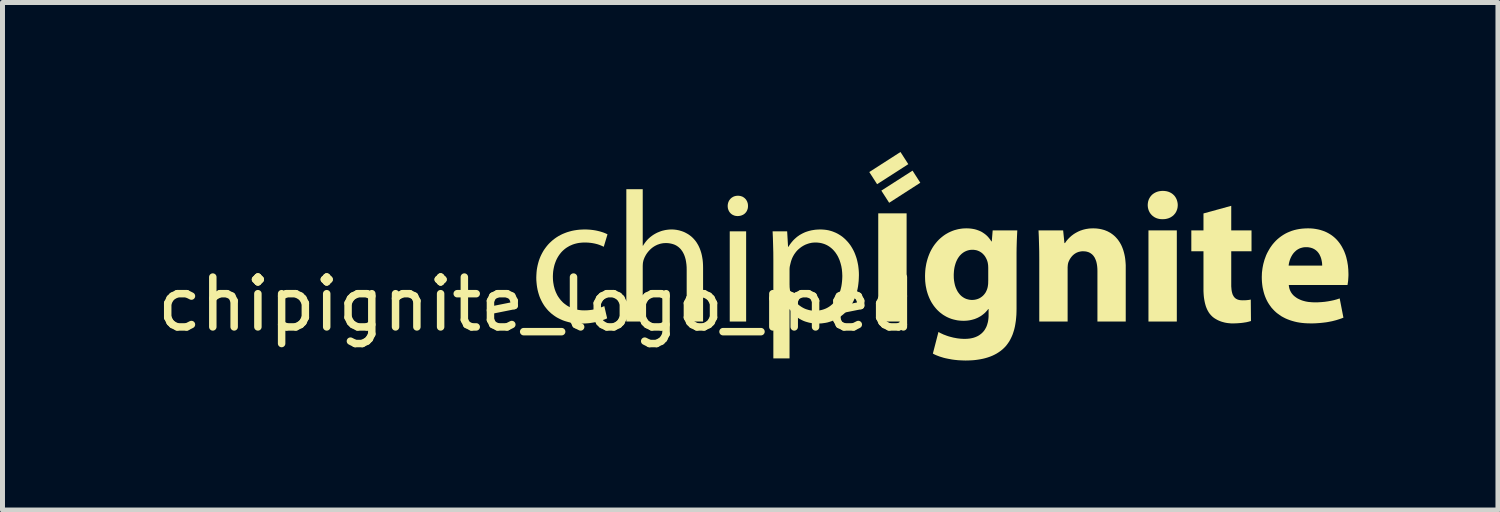
<source format=kicad_pcb>
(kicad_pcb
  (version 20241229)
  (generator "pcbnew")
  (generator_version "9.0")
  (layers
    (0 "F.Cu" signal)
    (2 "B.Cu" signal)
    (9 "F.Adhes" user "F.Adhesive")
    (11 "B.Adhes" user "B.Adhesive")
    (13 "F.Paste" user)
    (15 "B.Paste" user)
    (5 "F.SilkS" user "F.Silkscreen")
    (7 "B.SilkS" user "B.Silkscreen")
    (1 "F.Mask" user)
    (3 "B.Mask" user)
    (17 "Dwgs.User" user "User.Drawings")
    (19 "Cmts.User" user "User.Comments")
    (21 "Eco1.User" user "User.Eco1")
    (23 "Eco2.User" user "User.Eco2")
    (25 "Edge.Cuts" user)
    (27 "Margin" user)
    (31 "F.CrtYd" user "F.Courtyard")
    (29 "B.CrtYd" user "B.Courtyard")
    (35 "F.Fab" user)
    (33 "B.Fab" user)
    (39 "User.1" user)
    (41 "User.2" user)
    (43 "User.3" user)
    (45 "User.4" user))
  (footprint "chipignite_logo_med"
    (layer "F.Cu")
    (at 7.72 3.555)
    (property "Reference" "chipignite_logo_med" (at 0 -0.5 0) (unlocked yes) (layer "F.SilkS") (effects (font (size 1 1) (thickness 0.15))))
    (attr board_only exclude_from_pos_files exclude_from_bom allow_missing_courtyard)
    (fp_poly (pts (xy 4.202 -0.153) (xy 3.873 -0.153) (xy 3.873 -1.963) (xy 4.202 -1.963)) (stroke (width -0.000001) (type solid)) (fill yes) (layer "F.SilkS"))
    (fp_poly (pts (xy 7.422 -0.153) (xy 6.853 -0.153) (xy 6.853 -2.324) (xy 7.422 -2.324)) (stroke (width -0.000001) (type solid)) (fill yes) (layer "F.SilkS"))
    (fp_poly (pts (xy 7.456 -3.311) (xy 6.83 -2.909) (xy 6.673 -3.153) (xy 7.299 -3.555)) (stroke (width -0.000001) (type solid)) (fill yes) (layer "F.SilkS"))
    (fp_poly (pts (xy 7.697 -2.938) (xy 7.072 -2.536) (xy 6.915 -2.78) (xy 7.541 -3.181)) (stroke (width -0.000001) (type solid)) (fill yes) (layer "F.SilkS"))
    (fp_poly (pts (xy 12.844 -0.153) (xy 12.275 -0.153) (xy 12.275 -1.982) (xy 12.844 -1.982)) (stroke (width -0.000001) (type solid)) (fill yes) (layer "F.SilkS"))
    (fp_poly (pts (xy 13.936 -1.982) (xy 14.343 -1.982) (xy 14.343 -1.563) (xy 13.936 -1.563) (xy 13.936 -0.901) (xy 13.936 -0.861) (xy 13.939 -0.824) (xy 13.942 -0.789) (xy 13.947 -0.758) (xy 13.954 -0.729) (xy 13.962 -0.702) (xy 13.967 -0.69) (xy 13.973 -0.679) (xy 13.979 -0.668) (xy 13.985 -0.657) (xy 13.992 -0.648) (xy 13.999 -0.639) (xy 14.007 -0.631) (xy 14.015 -0.623) (xy 14.024 -0.616) (xy 14.034 -0.609) (xy 14.044 -0.604) (xy 14.054 -0.599) (xy 14.065 -0.594) (xy 14.077 -0.59) (xy 14.089 -0.587) (xy 14.102 -0.584) (xy 14.116 -0.582) (xy 14.13 -0.581) (xy 14.16 -0.579) (xy 14.188 -0.58) (xy 14.212 -0.58) (xy 14.234 -0.581) (xy 14.254 -0.583) (xy 14.273 -0.585) (xy 14.291 -0.587) (xy 14.309 -0.59) (xy 14.328 -0.594) (xy 14.332 -0.164) (xy 14.318 -0.159) (xy 14.302 -0.155) (xy 14.285 -0.15) (xy 14.267 -0.146) (xy 14.247 -0.141) (xy 14.226 -0.137) (xy 14.204 -0.134) (xy 14.181 -0.13) (xy 14.157 -0.127) (xy 14.132 -0.124) (xy 14.106 -0.122) (xy 14.079 -0.12) (xy 14.052 -0.118) (xy 14.024 -0.117) (xy 13.995 -0.116) (xy 13.966 -0.116) (xy 13.932 -0.116) (xy 13.898 -0.119) (xy 13.866 -0.122) (xy 13.834 -0.127) (xy 13.804 -0.133) (xy 13.774 -0.141) (xy 13.745 -0.149) (xy 13.717 -0.159) (xy 13.69 -0.17) (xy 13.664 -0.182) (xy 13.64 -0.195) (xy 13.616 -0.209) (xy 13.594 -0.223) (xy 13.573 -0.239) (xy 13.554 -0.255) (xy 13.536 -0.273) (xy 13.517 -0.294) (xy 13.499 -0.316) (xy 13.482 -0.341) (xy 13.467 -0.367) (xy 13.453 -0.394) (xy 13.44 -0.424) (xy 13.428 -0.455) (xy 13.418 -0.488) (xy 13.409 -0.522) (xy 13.401 -0.559) (xy 13.394 -0.597) (xy 13.388 -0.637) (xy 13.384 -0.678) (xy 13.381 -0.722) (xy 13.379 -0.768) (xy 13.379 -0.815) (xy 13.379 -1.563) (xy 13.135 -1.563) (xy 13.135 -1.982) (xy 13.379 -1.982) (xy 13.379 -2.322) (xy 13.936 -2.475)) (stroke (width -0.000001) (type solid)) (fill yes) (layer "F.SilkS"))
    (fp_poly (pts (xy 4.049 -2.677) (xy 4.06 -2.676) (xy 4.07 -2.675) (xy 4.081 -2.673) (xy 4.091 -2.671) (xy 4.101 -2.668) (xy 4.11 -2.665) (xy 4.12 -2.662) (xy 4.129 -2.658) (xy 4.137 -2.653) (xy 4.146 -2.648) (xy 4.154 -2.643) (xy 4.162 -2.637) (xy 4.169 -2.631) (xy 4.177 -2.625) (xy 4.183 -2.618) (xy 4.19 -2.611) (xy 4.196 -2.604) (xy 4.202 -2.596) (xy 4.207 -2.588) (xy 4.212 -2.579) (xy 4.217 -2.571) (xy 4.221 -2.562) (xy 4.225 -2.553) (xy 4.228 -2.543) (xy 4.231 -2.534) (xy 4.234 -2.524) (xy 4.236 -2.514) (xy 4.237 -2.504) (xy 4.239 -2.493) (xy 4.239 -2.483) (xy 4.239 -2.472) (xy 4.239 -2.461) (xy 4.239 -2.451) (xy 4.237 -2.441) (xy 4.236 -2.431) (xy 4.234 -2.421) (xy 4.231 -2.411) (xy 4.228 -2.402) (xy 4.225 -2.393) (xy 4.221 -2.384) (xy 4.217 -2.375) (xy 4.213 -2.367) (xy 4.208 -2.359) (xy 4.202 -2.351) (xy 4.197 -2.343) (xy 4.19 -2.336) (xy 4.184 -2.329) (xy 4.177 -2.322) (xy 4.17 -2.316) (xy 4.162 -2.31) (xy 4.154 -2.304) (xy 4.145 -2.299) (xy 4.137 -2.294) (xy 4.127 -2.29) (xy 4.118 -2.286) (xy 4.108 -2.282) (xy 4.098 -2.279) (xy 4.087 -2.276) (xy 4.077 -2.274) (xy 4.065 -2.272) (xy 4.054 -2.271) (xy 4.042 -2.27) (xy 4.03 -2.27) (xy 4.019 -2.27) (xy 4.008 -2.271) (xy 3.997 -2.272) (xy 3.987 -2.274) (xy 3.977 -2.276) (xy 3.967 -2.279) (xy 3.958 -2.282) (xy 3.949 -2.286) (xy 3.94 -2.29) (xy 3.931 -2.294) (xy 3.923 -2.299) (xy 3.915 -2.304) (xy 3.907 -2.31) (xy 3.9 -2.316) (xy 3.893 -2.322) (xy 3.886 -2.329) (xy 3.88 -2.336) (xy 3.874 -2.343) (xy 3.868 -2.351) (xy 3.863 -2.359) (xy 3.858 -2.367) (xy 3.854 -2.375) (xy 3.85 -2.384) (xy 3.846 -2.393) (xy 3.843 -2.402) (xy 3.84 -2.411) (xy 3.837 -2.421) (xy 3.835 -2.431) (xy 3.834 -2.441) (xy 3.833 -2.451) (xy 3.832 -2.461) (xy 3.832 -2.472) (xy 3.832 -2.482) (xy 3.833 -2.493) (xy 3.834 -2.503) (xy 3.836 -2.513) (xy 3.838 -2.523) (xy 3.84 -2.532) (xy 3.843 -2.542) (xy 3.847 -2.551) (xy 3.85 -2.56) (xy 3.855 -2.569) (xy 3.859 -2.578) (xy 3.864 -2.586) (xy 3.87 -2.594) (xy 3.876 -2.602) (xy 3.882 -2.609) (xy 3.888 -2.617) (xy 3.895 -2.623) (xy 3.903 -2.63) (xy 3.91 -2.636) (xy 3.918 -2.642) (xy 3.927 -2.647) (xy 3.935 -2.652) (xy 3.944 -2.657) (xy 3.953 -2.661) (xy 3.963 -2.665) (xy 3.973 -2.668) (xy 3.983 -2.671) (xy 3.993 -2.673) (xy 4.004 -2.675) (xy 4.015 -2.676) (xy 4.026 -2.677) (xy 4.038 -2.677)) (stroke (width -0.000001) (type solid)) (fill yes) (layer "F.SilkS"))
    (fp_poly (pts (xy 12.58 -2.774) (xy 12.597 -2.773) (xy 12.613 -2.771) (xy 12.629 -2.769) (xy 12.644 -2.766) (xy 12.659 -2.762) (xy 12.673 -2.758) (xy 12.687 -2.753) (xy 12.7 -2.747) (xy 12.713 -2.741) (xy 12.726 -2.734) (xy 12.738 -2.727) (xy 12.749 -2.719) (xy 12.76 -2.711) (xy 12.77 -2.702) (xy 12.78 -2.693) (xy 12.79 -2.683) (xy 12.799 -2.673) (xy 12.807 -2.662) (xy 12.815 -2.651) (xy 12.822 -2.639) (xy 12.828 -2.628) (xy 12.835 -2.615) (xy 12.84 -2.603) (xy 12.845 -2.59) (xy 12.849 -2.576) (xy 12.853 -2.563) (xy 12.856 -2.549) (xy 12.859 -2.535) (xy 12.861 -2.52) (xy 12.862 -2.505) (xy 12.863 -2.49) (xy 12.862 -2.476) (xy 12.861 -2.461) (xy 12.86 -2.447) (xy 12.857 -2.433) (xy 12.854 -2.419) (xy 12.851 -2.406) (xy 12.846 -2.393) (xy 12.841 -2.38) (xy 12.836 -2.367) (xy 12.83 -2.355) (xy 12.823 -2.343) (xy 12.816 -2.331) (xy 12.808 -2.32) (xy 12.799 -2.31) (xy 12.79 -2.299) (xy 12.781 -2.289) (xy 12.771 -2.28) (xy 12.76 -2.271) (xy 12.749 -2.263) (xy 12.737 -2.255) (xy 12.724 -2.247) (xy 12.712 -2.24) (xy 12.698 -2.234) (xy 12.684 -2.228) (xy 12.67 -2.223) (xy 12.655 -2.219) (xy 12.64 -2.215) (xy 12.624 -2.212) (xy 12.608 -2.209) (xy 12.591 -2.208) (xy 12.574 -2.207) (xy 12.556 -2.206) (xy 12.539 -2.207) (xy 12.523 -2.208) (xy 12.507 -2.209) (xy 12.492 -2.212) (xy 12.477 -2.215) (xy 12.462 -2.219) (xy 12.448 -2.223) (xy 12.434 -2.228) (xy 12.421 -2.234) (xy 12.408 -2.24) (xy 12.395 -2.247) (xy 12.384 -2.255) (xy 12.372 -2.263) (xy 12.361 -2.271) (xy 12.351 -2.28) (xy 12.341 -2.289) (xy 12.332 -2.299) (xy 12.323 -2.31) (xy 12.314 -2.32) (xy 12.307 -2.331) (xy 12.299 -2.343) (xy 12.293 -2.355) (xy 12.287 -2.367) (xy 12.281 -2.38) (xy 12.277 -2.393) (xy 12.272 -2.406) (xy 12.269 -2.419) (xy 12.266 -2.433) (xy 12.263 -2.447) (xy 12.262 -2.461) (xy 12.261 -2.476) (xy 12.26 -2.49) (xy 12.261 -2.505) (xy 12.262 -2.52) (xy 12.264 -2.535) (xy 12.266 -2.549) (xy 12.269 -2.563) (xy 12.273 -2.576) (xy 12.277 -2.59) (xy 12.282 -2.603) (xy 12.288 -2.615) (xy 12.294 -2.628) (xy 12.301 -2.639) (xy 12.308 -2.651) (xy 12.316 -2.662) (xy 12.325 -2.673) (xy 12.334 -2.683) (xy 12.343 -2.693) (xy 12.353 -2.702) (xy 12.364 -2.711) (xy 12.375 -2.719) (xy 12.387 -2.727) (xy 12.399 -2.734) (xy 12.412 -2.741) (xy 12.425 -2.747) (xy 12.439 -2.753) (xy 12.453 -2.758) (xy 12.467 -2.762) (xy 12.482 -2.766) (xy 12.498 -2.769) (xy 12.514 -2.771) (xy 12.53 -2.773) (xy 12.546 -2.774) (xy 12.563 -2.775)) (stroke (width -0.000001) (type solid)) (fill yes) (layer "F.SilkS"))
    (fp_poly (pts (xy 2.127 -1.675) (xy 2.134 -1.675) (xy 2.144 -1.693) (xy 2.155 -1.71) (xy 2.167 -1.727) (xy 2.179 -1.743) (xy 2.192 -1.76) (xy 2.205 -1.776) (xy 2.219 -1.792) (xy 2.234 -1.807) (xy 2.249 -1.822) (xy 2.265 -1.836) (xy 2.281 -1.85) (xy 2.298 -1.863) (xy 2.315 -1.876) (xy 2.333 -1.888) (xy 2.351 -1.9) (xy 2.37 -1.911) (xy 2.388 -1.921) (xy 2.407 -1.931) (xy 2.426 -1.94) (xy 2.446 -1.948) (xy 2.466 -1.956) (xy 2.486 -1.964) (xy 2.507 -1.971) (xy 2.528 -1.977) (xy 2.55 -1.982) (xy 2.571 -1.987) (xy 2.593 -1.991) (xy 2.615 -1.994) (xy 2.638 -1.997) (xy 2.66 -1.999) (xy 2.683 -2) (xy 2.706 -2.001) (xy 2.754 -1.999) (xy 2.803 -1.993) (xy 2.855 -1.983) (xy 2.908 -1.967) (xy 2.934 -1.958) (xy 2.961 -1.947) (xy 2.987 -1.934) (xy 3.013 -1.92) (xy 3.039 -1.905) (xy 3.064 -1.888) (xy 3.089 -1.869) (xy 3.114 -1.848) (xy 3.137 -1.826) (xy 3.16 -1.801) (xy 3.182 -1.775) (xy 3.203 -1.747) (xy 3.222 -1.716) (xy 3.241 -1.684) (xy 3.258 -1.649) (xy 3.274 -1.612) (xy 3.288 -1.573) (xy 3.301 -1.532) (xy 3.312 -1.488) (xy 3.321 -1.441) (xy 3.329 -1.392) (xy 3.334 -1.341) (xy 3.337 -1.287) (xy 3.338 -1.23) (xy 3.338 -0.153) (xy 3.009 -0.153) (xy 3.009 -1.193) (xy 3.008 -1.247) (xy 3.004 -1.299) (xy 2.997 -1.35) (xy 2.988 -1.399) (xy 2.975 -1.446) (xy 2.959 -1.49) (xy 2.949 -1.511) (xy 2.939 -1.531) (xy 2.928 -1.551) (xy 2.916 -1.569) (xy 2.903 -1.587) (xy 2.89 -1.604) (xy 2.875 -1.62) (xy 2.859 -1.635) (xy 2.843 -1.649) (xy 2.825 -1.662) (xy 2.807 -1.674) (xy 2.787 -1.685) (xy 2.766 -1.695) (xy 2.744 -1.703) (xy 2.722 -1.71) (xy 2.698 -1.716) (xy 2.673 -1.721) (xy 2.646 -1.725) (xy 2.619 -1.727) (xy 2.59 -1.727) (xy 2.571 -1.727) (xy 2.551 -1.726) (xy 2.532 -1.724) (xy 2.513 -1.721) (xy 2.494 -1.717) (xy 2.476 -1.713) (xy 2.458 -1.707) (xy 2.441 -1.701) (xy 2.423 -1.695) (xy 2.406 -1.687) (xy 2.374 -1.671) (xy 2.343 -1.652) (xy 2.314 -1.631) (xy 2.286 -1.607) (xy 2.261 -1.582) (xy 2.237 -1.555) (xy 2.215 -1.527) (xy 2.195 -1.497) (xy 2.178 -1.467) (xy 2.162 -1.435) (xy 2.149 -1.402) (xy 2.146 -1.393) (xy 2.143 -1.384) (xy 2.14 -1.375) (xy 2.138 -1.366) (xy 2.136 -1.356) (xy 2.134 -1.347) (xy 2.132 -1.337) (xy 2.131 -1.328) (xy 2.13 -1.318) (xy 2.129 -1.308) (xy 2.128 -1.288) (xy 2.127 -1.267) (xy 2.127 -1.245) (xy 2.127 -0.153) (xy 1.798 -0.153) (xy 1.798 -2.808) (xy 2.127 -2.808)) (stroke (width -0.000001) (type solid)) (fill yes) (layer "F.SilkS"))
    (fp_poly (pts (xy 11.2 -2.022) (xy 11.234 -2.02) (xy 11.267 -2.016) (xy 11.3 -2.011) (xy 11.333 -2.004) (xy 11.364 -1.996) (xy 11.395 -1.987) (xy 11.425 -1.975) (xy 11.454 -1.963) (xy 11.482 -1.948) (xy 11.51 -1.933) (xy 11.536 -1.915) (xy 11.562 -1.896) (xy 11.586 -1.876) (xy 11.61 -1.854) (xy 11.632 -1.83) (xy 11.654 -1.805) (xy 11.674 -1.778) (xy 11.693 -1.75) (xy 11.711 -1.72) (xy 11.728 -1.689) (xy 11.743 -1.656) (xy 11.757 -1.621) (xy 11.77 -1.584) (xy 11.781 -1.546) (xy 11.791 -1.507) (xy 11.8 -1.465) (xy 11.807 -1.422) (xy 11.812 -1.378) (xy 11.816 -1.331) (xy 11.819 -1.283) (xy 11.819 -1.234) (xy 11.819 -0.153) (xy 11.251 -0.153) (xy 11.251 -1.166) (xy 11.25 -1.21) (xy 11.247 -1.251) (xy 11.242 -1.291) (xy 11.235 -1.328) (xy 11.226 -1.363) (xy 11.214 -1.395) (xy 11.207 -1.411) (xy 11.2 -1.426) (xy 11.193 -1.44) (xy 11.184 -1.453) (xy 11.175 -1.466) (xy 11.166 -1.478) (xy 11.155 -1.489) (xy 11.145 -1.5) (xy 11.133 -1.509) (xy 11.121 -1.518) (xy 11.108 -1.527) (xy 11.095 -1.534) (xy 11.081 -1.541) (xy 11.066 -1.547) (xy 11.051 -1.551) (xy 11.034 -1.556) (xy 11.018 -1.559) (xy 11 -1.561) (xy 10.982 -1.562) (xy 10.963 -1.563) (xy 10.948 -1.563) (xy 10.934 -1.562) (xy 10.92 -1.56) (xy 10.907 -1.558) (xy 10.894 -1.555) (xy 10.881 -1.552) (xy 10.869 -1.549) (xy 10.857 -1.544) (xy 10.845 -1.54) (xy 10.834 -1.535) (xy 10.823 -1.529) (xy 10.812 -1.523) (xy 10.792 -1.51) (xy 10.774 -1.496) (xy 10.756 -1.48) (xy 10.74 -1.463) (xy 10.726 -1.446) (xy 10.712 -1.427) (xy 10.7 -1.408) (xy 10.689 -1.389) (xy 10.68 -1.369) (xy 10.671 -1.35) (xy 10.669 -1.343) (xy 10.666 -1.335) (xy 10.664 -1.327) (xy 10.662 -1.319) (xy 10.66 -1.311) (xy 10.659 -1.302) (xy 10.657 -1.293) (xy 10.656 -1.284) (xy 10.655 -1.266) (xy 10.653 -1.247) (xy 10.653 -1.227) (xy 10.653 -1.208) (xy 10.653 -0.153) (xy 10.084 -0.153) (xy 10.084 -1.398) (xy 10.083 -1.563) (xy 10.079 -1.714) (xy 10.075 -1.853) (xy 10.069 -1.982) (xy 10.563 -1.982) (xy 10.589 -1.727) (xy 10.6 -1.727) (xy 10.616 -1.751) (xy 10.633 -1.775) (xy 10.654 -1.799) (xy 10.677 -1.824) (xy 10.703 -1.849) (xy 10.731 -1.874) (xy 10.762 -1.897) (xy 10.778 -1.909) (xy 10.796 -1.92) (xy 10.814 -1.931) (xy 10.832 -1.941) (xy 10.851 -1.951) (xy 10.871 -1.961) (xy 10.892 -1.97) (xy 10.913 -1.979) (xy 10.935 -1.986) (xy 10.958 -1.994) (xy 10.981 -2) (xy 11.005 -2.006) (xy 11.03 -2.011) (xy 11.056 -2.015) (xy 11.082 -2.019) (xy 11.109 -2.021) (xy 11.137 -2.022) (xy 11.165 -2.023)) (stroke (width -0.000001) (type solid)) (fill yes) (layer "F.SilkS"))
    (fp_poly (pts (xy 1 -2) (xy 1.036 -1.998) (xy 1.07 -1.996) (xy 1.105 -1.992) (xy 1.138 -1.988) (xy 1.17 -1.983) (xy 1.201 -1.977) (xy 1.231 -1.97) (xy 1.26 -1.963) (xy 1.288 -1.955) (xy 1.314 -1.947) (xy 1.338 -1.939) (xy 1.361 -1.93) (xy 1.383 -1.921) (xy 1.402 -1.912) (xy 1.42 -1.903) (xy 1.345 -1.653) (xy 1.33 -1.66) (xy 1.314 -1.668) (xy 1.296 -1.676) (xy 1.278 -1.683) (xy 1.258 -1.691) (xy 1.237 -1.698) (xy 1.216 -1.705) (xy 1.192 -1.711) (xy 1.168 -1.717) (xy 1.143 -1.722) (xy 1.116 -1.727) (xy 1.088 -1.731) (xy 1.059 -1.734) (xy 1.029 -1.737) (xy 0.997 -1.738) (xy 0.964 -1.739) (xy 0.925 -1.738) (xy 0.888 -1.735) (xy 0.852 -1.731) (xy 0.817 -1.725) (xy 0.783 -1.717) (xy 0.751 -1.708) (xy 0.719 -1.697) (xy 0.689 -1.684) (xy 0.66 -1.671) (xy 0.632 -1.655) (xy 0.605 -1.639) (xy 0.579 -1.621) (xy 0.555 -1.602) (xy 0.531 -1.581) (xy 0.509 -1.56) (xy 0.488 -1.537) (xy 0.469 -1.513) (xy 0.45 -1.488) (xy 0.433 -1.462) (xy 0.417 -1.435) (xy 0.402 -1.407) (xy 0.389 -1.379) (xy 0.377 -1.349) (xy 0.366 -1.319) (xy 0.356 -1.288) (xy 0.348 -1.256) (xy 0.341 -1.224) (xy 0.335 -1.191) (xy 0.33 -1.158) (xy 0.327 -1.124) (xy 0.325 -1.089) (xy 0.324 -1.054) (xy 0.325 -1.015) (xy 0.327 -0.978) (xy 0.331 -0.941) (xy 0.337 -0.905) (xy 0.343 -0.87) (xy 0.352 -0.836) (xy 0.361 -0.803) (xy 0.372 -0.772) (xy 0.384 -0.741) (xy 0.398 -0.712) (xy 0.412 -0.683) (xy 0.428 -0.656) (xy 0.446 -0.63) (xy 0.464 -0.605) (xy 0.483 -0.581) (xy 0.504 -0.559) (xy 0.525 -0.537) (xy 0.548 -0.517) (xy 0.572 -0.499) (xy 0.596 -0.481) (xy 0.621 -0.465) (xy 0.648 -0.45) (xy 0.675 -0.436) (xy 0.703 -0.424) (xy 0.732 -0.413) (xy 0.761 -0.404) (xy 0.792 -0.396) (xy 0.823 -0.389) (xy 0.854 -0.384) (xy 0.886 -0.38) (xy 0.919 -0.378) (xy 0.953 -0.377) (xy 0.987 -0.378) (xy 1.02 -0.379) (xy 1.051 -0.382) (xy 1.081 -0.385) (xy 1.11 -0.389) (xy 1.138 -0.394) (xy 1.164 -0.399) (xy 1.19 -0.405) (xy 1.214 -0.411) (xy 1.237 -0.418) (xy 1.28 -0.433) (xy 1.32 -0.448) (xy 1.356 -0.463) (xy 1.413 -0.217) (xy 1.395 -0.209) (xy 1.376 -0.2) (xy 1.353 -0.192) (xy 1.329 -0.183) (xy 1.303 -0.174) (xy 1.274 -0.165) (xy 1.244 -0.157) (xy 1.212 -0.149) (xy 1.177 -0.141) (xy 1.141 -0.134) (xy 1.104 -0.128) (xy 1.064 -0.122) (xy 1.024 -0.118) (xy 0.981 -0.115) (xy 0.938 -0.113) (xy 0.893 -0.112) (xy 0.842 -0.113) (xy 0.793 -0.116) (xy 0.744 -0.121) (xy 0.697 -0.129) (xy 0.651 -0.138) (xy 0.607 -0.15) (xy 0.564 -0.163) (xy 0.522 -0.178) (xy 0.481 -0.196) (xy 0.442 -0.215) (xy 0.404 -0.235) (xy 0.368 -0.258) (xy 0.333 -0.283) (xy 0.299 -0.309) (xy 0.268 -0.337) (xy 0.237 -0.366) (xy 0.209 -0.397) (xy 0.182 -0.43) (xy 0.156 -0.464) (xy 0.133 -0.5) (xy 0.111 -0.537) (xy 0.091 -0.576) (xy 0.072 -0.616) (xy 0.055 -0.658) (xy 0.041 -0.701) (xy 0.028 -0.745) (xy 0.017 -0.79) (xy 0.008 -0.837) (xy 0.001 -0.885) (xy -0.004 -0.934) (xy -0.008 -0.984) (xy -0.009 -1.036) (xy -0.007 -1.087) (xy -0.004 -1.138) (xy 0.001 -1.188) (xy 0.009 -1.237) (xy 0.019 -1.285) (xy 0.031 -1.332) (xy 0.044 -1.377) (xy 0.06 -1.421) (xy 0.078 -1.465) (xy 0.098 -1.506) (xy 0.12 -1.547) (xy 0.143 -1.586) (xy 0.169 -1.623) (xy 0.196 -1.659) (xy 0.225 -1.694) (xy 0.256 -1.727) (xy 0.289 -1.758) (xy 0.323 -1.788) (xy 0.359 -1.816) (xy 0.396 -1.842) (xy 0.436 -1.867) (xy 0.476 -1.889) (xy 0.519 -1.91) (xy 0.563 -1.928) (xy 0.608 -1.945) (xy 0.655 -1.959) (xy 0.703 -1.972) (xy 0.752 -1.982) (xy 0.803 -1.99) (xy 0.856 -1.996) (xy 0.909 -1.999) (xy 0.964 -2.001)) (stroke (width -0.000001) (type solid)) (fill yes) (layer "F.SilkS"))
    (fp_poly (pts (xy 15.527 -2.022) (xy 15.579 -2.018) (xy 15.629 -2.011) (xy 15.677 -2.002) (xy 15.723 -1.991) (xy 15.767 -1.977) (xy 15.809 -1.962) (xy 15.849 -1.944) (xy 15.887 -1.924) (xy 15.924 -1.902) (xy 15.958 -1.879) (xy 15.99 -1.854) (xy 16.021 -1.827) (xy 16.05 -1.798) (xy 16.077 -1.768) (xy 16.102 -1.736) (xy 16.125 -1.704) (xy 16.147 -1.67) (xy 16.167 -1.634) (xy 16.186 -1.598) (xy 16.203 -1.561) (xy 16.218 -1.523) (xy 16.232 -1.484) (xy 16.244 -1.444) (xy 16.263 -1.363) (xy 16.277 -1.28) (xy 16.285 -1.195) (xy 16.288 -1.11) (xy 16.288 -1.075) (xy 16.286 -1.04) (xy 16.284 -1.007) (xy 16.282 -0.977) (xy 16.279 -0.949) (xy 16.275 -0.925) (xy 16.272 -0.903) (xy 16.269 -0.886) (xy 15.091 -0.886) (xy 15.093 -0.864) (xy 15.097 -0.843) (xy 15.101 -0.823) (xy 15.107 -0.803) (xy 15.114 -0.785) (xy 15.122 -0.766) (xy 15.131 -0.749) (xy 15.141 -0.732) (xy 15.152 -0.716) (xy 15.164 -0.701) (xy 15.177 -0.686) (xy 15.191 -0.672) (xy 15.206 -0.659) (xy 15.222 -0.647) (xy 15.238 -0.635) (xy 15.255 -0.624) (xy 15.273 -0.613) (xy 15.292 -0.604) (xy 15.311 -0.595) (xy 15.331 -0.586) (xy 15.352 -0.578) (xy 15.373 -0.571) (xy 15.395 -0.565) (xy 15.417 -0.559) (xy 15.439 -0.554) (xy 15.462 -0.55) (xy 15.486 -0.546) (xy 15.51 -0.544) (xy 15.558 -0.54) (xy 15.607 -0.538) (xy 15.679 -0.539) (xy 15.747 -0.543) (xy 15.812 -0.549) (xy 15.875 -0.558) (xy 15.936 -0.569) (xy 15.996 -0.582) (xy 16.055 -0.598) (xy 16.112 -0.617) (xy 16.187 -0.231) (xy 16.152 -0.217) (xy 16.115 -0.204) (xy 16.078 -0.192) (xy 16.039 -0.18) (xy 16 -0.17) (xy 15.961 -0.16) (xy 15.92 -0.152) (xy 15.879 -0.144) (xy 15.836 -0.137) (xy 15.794 -0.132) (xy 15.75 -0.127) (xy 15.706 -0.123) (xy 15.662 -0.12) (xy 15.617 -0.117) (xy 15.571 -0.116) (xy 15.525 -0.116) (xy 15.468 -0.117) (xy 15.412 -0.12) (xy 15.358 -0.125) (xy 15.305 -0.132) (xy 15.254 -0.141) (xy 15.204 -0.153) (xy 15.157 -0.166) (xy 15.111 -0.181) (xy 15.066 -0.198) (xy 15.024 -0.216) (xy 14.983 -0.237) (xy 14.943 -0.259) (xy 14.906 -0.284) (xy 14.87 -0.31) (xy 14.836 -0.337) (xy 14.804 -0.367) (xy 14.774 -0.398) (xy 14.745 -0.43) (xy 14.719 -0.465) (xy 14.694 -0.501) (xy 14.671 -0.538) (xy 14.65 -0.577) (xy 14.631 -0.618) (xy 14.614 -0.66) (xy 14.599 -0.703) (xy 14.586 -0.748) (xy 14.575 -0.795) (xy 14.565 -0.842) (xy 14.558 -0.892) (xy 14.553 -0.942) (xy 14.55 -0.994) (xy 14.549 -1.047) (xy 14.552 -1.134) (xy 14.563 -1.222) (xy 14.573 -1.275) (xy 15.088 -1.275) (xy 15.761 -1.275) (xy 15.76 -1.302) (xy 15.758 -1.331) (xy 15.753 -1.361) (xy 15.747 -1.391) (xy 15.739 -1.422) (xy 15.728 -1.453) (xy 15.714 -1.483) (xy 15.707 -1.498) (xy 15.698 -1.512) (xy 15.689 -1.526) (xy 15.679 -1.539) (xy 15.668 -1.552) (xy 15.656 -1.565) (xy 15.643 -1.576) (xy 15.63 -1.587) (xy 15.615 -1.597) (xy 15.6 -1.607) (xy 15.583 -1.615) (xy 15.566 -1.623) (xy 15.548 -1.629) (xy 15.528 -1.635) (xy 15.507 -1.639) (xy 15.486 -1.643) (xy 15.463 -1.645) (xy 15.439 -1.645) (xy 15.417 -1.645) (xy 15.396 -1.643) (xy 15.375 -1.64) (xy 15.356 -1.635) (xy 15.337 -1.63) (xy 15.319 -1.624) (xy 15.302 -1.617) (xy 15.285 -1.608) (xy 15.269 -1.599) (xy 15.254 -1.589) (xy 15.24 -1.579) (xy 15.227 -1.567) (xy 15.214 -1.555) (xy 15.202 -1.543) (xy 15.19 -1.53) (xy 15.179 -1.516) (xy 15.169 -1.502) (xy 15.159 -1.488) (xy 15.151 -1.473) (xy 15.142 -1.458) (xy 15.127 -1.427) (xy 15.115 -1.396) (xy 15.105 -1.365) (xy 15.097 -1.334) (xy 15.091 -1.304) (xy 15.088 -1.275) (xy 14.573 -1.275) (xy 14.58 -1.309) (xy 14.604 -1.395) (xy 14.635 -1.479) (xy 14.653 -1.519) (xy 14.674 -1.559) (xy 14.696 -1.598) (xy 14.719 -1.636) (xy 14.745 -1.673) (xy 14.772 -1.709) (xy 14.802 -1.743) (xy 14.833 -1.776) (xy 14.866 -1.807) (xy 14.901 -1.836) (xy 14.938 -1.864) (xy 14.977 -1.89) (xy 15.017 -1.914) (xy 15.06 -1.936) (xy 15.105 -1.955) (xy 15.151 -1.973) (xy 15.2 -1.988) (xy 15.25 -2) (xy 15.303 -2.01) (xy 15.358 -2.017) (xy 15.414 -2.021) (xy 15.473 -2.023)) (stroke (width -0.000001) (type solid)) (fill yes) (layer "F.SilkS"))
    (fp_poly (pts (xy 5.735 -1.999) (xy 5.775 -1.996) (xy 5.815 -1.991) (xy 5.854 -1.984) (xy 5.892 -1.974) (xy 5.929 -1.963) (xy 5.965 -1.949) (xy 6.001 -1.934) (xy 6.035 -1.917) (xy 6.068 -1.898) (xy 6.101 -1.877) (xy 6.132 -1.855) (xy 6.162 -1.83) (xy 6.191 -1.804) (xy 6.218 -1.776) (xy 6.245 -1.747) (xy 6.27 -1.716) (xy 6.294 -1.684) (xy 6.316 -1.65) (xy 6.337 -1.614) (xy 6.357 -1.577) (xy 6.375 -1.539) (xy 6.391 -1.499) (xy 6.406 -1.458) (xy 6.42 -1.415) (xy 6.431 -1.372) (xy 6.441 -1.327) (xy 6.45 -1.28) (xy 6.456 -1.233) (xy 6.461 -1.185) (xy 6.464 -1.135) (xy 6.465 -1.084) (xy 6.463 -1.024) (xy 6.46 -0.966) (xy 6.454 -0.91) (xy 6.447 -0.856) (xy 6.437 -0.803) (xy 6.425 -0.753) (xy 6.411 -0.704) (xy 6.395 -0.658) (xy 6.378 -0.613) (xy 6.359 -0.57) (xy 6.338 -0.529) (xy 6.315 -0.491) (xy 6.292 -0.454) (xy 6.266 -0.418) (xy 6.239 -0.385) (xy 6.211 -0.354) (xy 6.182 -0.325) (xy 6.151 -0.297) (xy 6.12 -0.272) (xy 6.087 -0.248) (xy 6.053 -0.226) (xy 6.019 -0.206) (xy 5.983 -0.188) (xy 5.947 -0.172) (xy 5.91 -0.158) (xy 5.873 -0.146) (xy 5.835 -0.135) (xy 5.796 -0.127) (xy 5.718 -0.116) (xy 5.638 -0.112) (xy 5.594 -0.113) (xy 5.55 -0.117) (xy 5.507 -0.123) (xy 5.465 -0.131) (xy 5.425 -0.142) (xy 5.385 -0.154) (xy 5.347 -0.169) (xy 5.31 -0.187) (xy 5.275 -0.206) (xy 5.242 -0.227) (xy 5.21 -0.251) (xy 5.18 -0.276) (xy 5.152 -0.303) (xy 5.126 -0.332) (xy 5.102 -0.363) (xy 5.081 -0.396) (xy 5.073 -0.396) (xy 5.073 0.587) (xy 4.748 0.587) (xy 4.748 -1.204) (xy 5.073 -1.204) (xy 5.073 -0.89) (xy 5.074 -0.872) (xy 5.074 -0.854) (xy 5.075 -0.837) (xy 5.077 -0.82) (xy 5.079 -0.803) (xy 5.081 -0.787) (xy 5.084 -0.771) (xy 5.088 -0.755) (xy 5.094 -0.734) (xy 5.101 -0.713) (xy 5.109 -0.693) (xy 5.117 -0.673) (xy 5.126 -0.654) (xy 5.136 -0.635) (xy 5.146 -0.617) (xy 5.158 -0.599) (xy 5.169 -0.581) (xy 5.182 -0.565) (xy 5.195 -0.549) (xy 5.209 -0.533) (xy 5.223 -0.518) (xy 5.238 -0.504) (xy 5.253 -0.49) (xy 5.269 -0.477) (xy 5.286 -0.465) (xy 5.303 -0.453) (xy 5.32 -0.442) (xy 5.338 -0.432) (xy 5.356 -0.422) (xy 5.375 -0.413) (xy 5.394 -0.405) (xy 5.414 -0.398) (xy 5.434 -0.392) (xy 5.454 -0.386) (xy 5.475 -0.381) (xy 5.496 -0.377) (xy 5.517 -0.374) (xy 5.538 -0.372) (xy 5.56 -0.37) (xy 5.582 -0.37) (xy 5.614 -0.371) (xy 5.646 -0.373) (xy 5.676 -0.377) (xy 5.706 -0.383) (xy 5.734 -0.39) (xy 5.762 -0.399) (xy 5.789 -0.409) (xy 5.815 -0.421) (xy 5.84 -0.434) (xy 5.864 -0.449) (xy 5.887 -0.464) (xy 5.909 -0.482) (xy 5.93 -0.5) (xy 5.95 -0.52) (xy 5.969 -0.541) (xy 5.987 -0.564) (xy 6.004 -0.588) (xy 6.02 -0.612) (xy 6.036 -0.638) (xy 6.049 -0.666) (xy 6.062 -0.694) (xy 6.074 -0.723) (xy 6.085 -0.753) (xy 6.095 -0.785) (xy 6.103 -0.817) (xy 6.111 -0.851) (xy 6.117 -0.885) (xy 6.122 -0.92) (xy 6.126 -0.956) (xy 6.129 -0.993) (xy 6.131 -1.031) (xy 6.132 -1.069) (xy 6.129 -1.136) (xy 6.123 -1.201) (xy 6.112 -1.264) (xy 6.096 -1.325) (xy 6.077 -1.384) (xy 6.053 -1.439) (xy 6.04 -1.465) (xy 6.025 -1.491) (xy 6.009 -1.515) (xy 5.993 -1.539) (xy 5.975 -1.561) (xy 5.957 -1.582) (xy 5.937 -1.603) (xy 5.916 -1.622) (xy 5.895 -1.639) (xy 5.872 -1.656) (xy 5.849 -1.671) (xy 5.824 -1.685) (xy 5.799 -1.697) (xy 5.772 -1.708) (xy 5.745 -1.717) (xy 5.716 -1.725) (xy 5.687 -1.731) (xy 5.657 -1.735) (xy 5.625 -1.738) (xy 5.593 -1.739) (xy 5.572 -1.738) (xy 5.551 -1.737) (xy 5.53 -1.735) (xy 5.51 -1.732) (xy 5.489 -1.727) (xy 5.469 -1.723) (xy 5.429 -1.71) (xy 5.39 -1.695) (xy 5.353 -1.676) (xy 5.317 -1.654) (xy 5.283 -1.629) (xy 5.251 -1.602) (xy 5.235 -1.587) (xy 5.22 -1.571) (xy 5.206 -1.555) (xy 5.193 -1.538) (xy 5.18 -1.52) (xy 5.167 -1.502) (xy 5.156 -1.483) (xy 5.145 -1.464) (xy 5.135 -1.444) (xy 5.125 -1.423) (xy 5.117 -1.402) (xy 5.109 -1.38) (xy 5.102 -1.358) (xy 5.096 -1.335) (xy 5.092 -1.319) (xy 5.088 -1.303) (xy 5.084 -1.286) (xy 5.08 -1.269) (xy 5.077 -1.253) (xy 5.075 -1.236) (xy 5.074 -1.228) (xy 5.074 -1.22) (xy 5.073 -1.212) (xy 5.073 -1.204) (xy 4.748 -1.204) (xy 4.748 -1.372) (xy 4.748 -1.372) (xy 4.747 -1.538) (xy 4.743 -1.69) (xy 4.739 -1.831) (xy 4.733 -1.963) (xy 5.025 -1.963) (xy 5.043 -1.653) (xy 5.051 -1.653) (xy 5.063 -1.673) (xy 5.076 -1.693) (xy 5.09 -1.712) (xy 5.104 -1.731) (xy 5.119 -1.749) (xy 5.134 -1.767) (xy 5.149 -1.784) (xy 5.165 -1.8) (xy 5.182 -1.816) (xy 5.199 -1.831) (xy 5.216 -1.846) (xy 5.234 -1.86) (xy 5.253 -1.873) (xy 5.271 -1.886) (xy 5.291 -1.898) (xy 5.311 -1.909) (xy 5.331 -1.92) (xy 5.352 -1.93) (xy 5.373 -1.94) (xy 5.395 -1.949) (xy 5.418 -1.957) (xy 5.44 -1.964) (xy 5.464 -1.971) (xy 5.487 -1.977) (xy 5.512 -1.983) (xy 5.536 -1.987) (xy 5.561 -1.991) (xy 5.587 -1.995) (xy 5.613 -1.997) (xy 5.64 -1.999) (xy 5.667 -2) (xy 5.694 -2.001)) (stroke (width -0.000001) (type solid)) (fill yes) (layer "F.SilkS"))
    (fp_poly (pts (xy 8.668 -2.022) (xy 8.712 -2.018) (xy 8.753 -2.012) (xy 8.793 -2.004) (xy 8.83 -1.993) (xy 8.866 -1.98) (xy 8.9 -1.966) (xy 8.932 -1.95) (xy 8.961 -1.931) (xy 8.99 -1.911) (xy 9.016 -1.89) (xy 9.041 -1.867) (xy 9.064 -1.842) (xy 9.085 -1.816) (xy 9.105 -1.789) (xy 9.123 -1.761) (xy 9.131 -1.761) (xy 9.149 -1.982) (xy 9.643 -1.982) (xy 9.638 -1.884) (xy 9.633 -1.766) (xy 9.631 -1.697) (xy 9.629 -1.619) (xy 9.628 -1.533) (xy 9.628 -1.436) (xy 9.628 -0.418) (xy 9.628 -0.418) (xy 9.627 -0.353) (xy 9.625 -0.29) (xy 9.62 -0.228) (xy 9.614 -0.167) (xy 9.605 -0.109) (xy 9.595 -0.052) (xy 9.582 0.003) (xy 9.566 0.056) (xy 9.549 0.107) (xy 9.528 0.156) (xy 9.505 0.203) (xy 9.48 0.248) (xy 9.451 0.29) (xy 9.42 0.331) (xy 9.385 0.369) (xy 9.348 0.404) (xy 9.31 0.435) (xy 9.27 0.463) (xy 9.229 0.489) (xy 9.186 0.512) (xy 9.142 0.533) (xy 9.097 0.551) (xy 9.051 0.567) (xy 9.004 0.581) (xy 8.956 0.593) (xy 8.907 0.603) (xy 8.858 0.611) (xy 8.809 0.618) (xy 8.758 0.623) (xy 8.708 0.626) (xy 8.658 0.628) (xy 8.607 0.629) (xy 8.561 0.628) (xy 8.516 0.626) (xy 8.47 0.624) (xy 8.425 0.62) (xy 8.38 0.615) (xy 8.335 0.609) (xy 8.292 0.601) (xy 8.249 0.593) (xy 8.206 0.584) (xy 8.165 0.574) (xy 8.126 0.562) (xy 8.087 0.55) (xy 8.05 0.536) (xy 8.014 0.522) (xy 7.981 0.507) (xy 7.949 0.49) (xy 8.061 0.056) (xy 8.084 0.069) (xy 8.108 0.082) (xy 8.135 0.094) (xy 8.162 0.107) (xy 8.192 0.118) (xy 8.223 0.13) (xy 8.255 0.141) (xy 8.289 0.151) (xy 8.324 0.16) (xy 8.359 0.169) (xy 8.396 0.176) (xy 8.434 0.183) (xy 8.472 0.188) (xy 8.512 0.192) (xy 8.552 0.194) (xy 8.592 0.195) (xy 8.642 0.193) (xy 8.69 0.188) (xy 8.713 0.184) (xy 8.736 0.179) (xy 8.758 0.174) (xy 8.78 0.167) (xy 8.801 0.16) (xy 8.822 0.151) (xy 8.842 0.142) (xy 8.861 0.132) (xy 8.879 0.121) (xy 8.897 0.108) (xy 8.914 0.095) (xy 8.931 0.081) (xy 8.946 0.066) (xy 8.961 0.05) (xy 8.975 0.033) (xy 8.988 0.015) (xy 9 -0.005) (xy 9.011 -0.025) (xy 9.022 -0.046) (xy 9.031 -0.069) (xy 9.039 -0.092) (xy 9.046 -0.117) (xy 9.053 -0.142) (xy 9.058 -0.169) (xy 9.062 -0.197) (xy 9.065 -0.226) (xy 9.067 -0.256) (xy 9.067 -0.288) (xy 9.067 -0.404) (xy 9.06 -0.404) (xy 9.039 -0.376) (xy 9.016 -0.351) (xy 8.992 -0.326) (xy 8.966 -0.304) (xy 8.939 -0.283) (xy 8.911 -0.263) (xy 8.881 -0.246) (xy 8.851 -0.23) (xy 8.819 -0.216) (xy 8.786 -0.203) (xy 8.751 -0.193) (xy 8.716 -0.184) (xy 8.68 -0.177) (xy 8.643 -0.172) (xy 8.605 -0.169) (xy 8.566 -0.168) (xy 8.524 -0.169) (xy 8.483 -0.172) (xy 8.442 -0.177) (xy 8.403 -0.185) (xy 8.364 -0.194) (xy 8.326 -0.205) (xy 8.29 -0.218) (xy 8.254 -0.233) (xy 8.219 -0.25) (xy 8.186 -0.269) (xy 8.153 -0.289) (xy 8.122 -0.312) (xy 8.092 -0.335) (xy 8.063 -0.361) (xy 8.035 -0.388) (xy 8.009 -0.417) (xy 7.984 -0.447) (xy 7.96 -0.479) (xy 7.938 -0.512) (xy 7.917 -0.546) (xy 7.898 -0.582) (xy 7.88 -0.62) (xy 7.864 -0.658) (xy 7.849 -0.698) (xy 7.836 -0.739) (xy 7.824 -0.781) (xy 7.815 -0.825) (xy 7.806 -0.869) (xy 7.8 -0.915) (xy 7.795 -0.962) (xy 7.793 -1.009) (xy 7.792 -1.058) (xy 7.792 -1.073) (xy 8.368 -1.073) (xy 8.369 -1.023) (xy 8.374 -0.974) (xy 8.382 -0.927) (xy 8.392 -0.882) (xy 8.406 -0.839) (xy 8.423 -0.799) (xy 8.442 -0.762) (xy 8.453 -0.744) (xy 8.465 -0.728) (xy 8.477 -0.712) (xy 8.49 -0.696) (xy 8.503 -0.682) (xy 8.517 -0.669) (xy 8.532 -0.656) (xy 8.548 -0.645) (xy 8.564 -0.634) (xy 8.581 -0.624) (xy 8.598 -0.616) (xy 8.616 -0.608) (xy 8.635 -0.602) (xy 8.654 -0.597) (xy 8.674 -0.592) (xy 8.695 -0.589) (xy 8.716 -0.587) (xy 8.738 -0.587) (xy 8.752 -0.587) (xy 8.766 -0.588) (xy 8.779 -0.589) (xy 8.792 -0.591) (xy 8.806 -0.594) (xy 8.818 -0.597) (xy 8.831 -0.6) (xy 8.843 -0.604) (xy 8.855 -0.608) (xy 8.867 -0.613) (xy 8.89 -0.624) (xy 8.911 -0.637) (xy 8.932 -0.652) (xy 8.951 -0.668) (xy 8.968 -0.685) (xy 8.984 -0.704) (xy 8.999 -0.724) (xy 9.012 -0.745) (xy 9.023 -0.768) (xy 9.033 -0.791) (xy 9.041 -0.815) (xy 9.044 -0.824) (xy 9.046 -0.832) (xy 9.048 -0.842) (xy 9.05 -0.851) (xy 9.052 -0.861) (xy 9.053 -0.87) (xy 9.056 -0.89) (xy 9.058 -0.91) (xy 9.059 -0.93) (xy 9.059 -0.95) (xy 9.06 -0.968) (xy 9.06 -1.237) (xy 9.06 -1.237) (xy 9.059 -1.25) (xy 9.059 -1.263) (xy 9.058 -1.277) (xy 9.057 -1.29) (xy 9.055 -1.303) (xy 9.053 -1.316) (xy 9.051 -1.329) (xy 9.048 -1.342) (xy 9.04 -1.37) (xy 9.03 -1.396) (xy 9.018 -1.421) (xy 9.005 -1.445) (xy 8.998 -1.456) (xy 8.991 -1.467) (xy 8.983 -1.477) (xy 8.975 -1.487) (xy 8.966 -1.497) (xy 8.957 -1.506) (xy 8.948 -1.515) (xy 8.939 -1.524) (xy 8.929 -1.532) (xy 8.918 -1.539) (xy 8.908 -1.546) (xy 8.897 -1.553) (xy 8.886 -1.559) (xy 8.874 -1.565) (xy 8.862 -1.57) (xy 8.85 -1.575) (xy 8.838 -1.579) (xy 8.825 -1.583) (xy 8.812 -1.586) (xy 8.798 -1.588) (xy 8.785 -1.59) (xy 8.771 -1.592) (xy 8.756 -1.593) (xy 8.742 -1.593) (xy 8.722 -1.592) (xy 8.703 -1.591) (xy 8.684 -1.588) (xy 8.666 -1.584) (xy 8.647 -1.579) (xy 8.629 -1.573) (xy 8.612 -1.566) (xy 8.595 -1.558) (xy 8.578 -1.549) (xy 8.562 -1.539) (xy 8.547 -1.528) (xy 8.531 -1.516) (xy 8.517 -1.503) (xy 8.503 -1.489) (xy 8.489 -1.474) (xy 8.476 -1.458) (xy 8.464 -1.441) (xy 8.452 -1.423) (xy 8.441 -1.404) (xy 8.431 -1.384) (xy 8.421 -1.363) (xy 8.412 -1.341) (xy 8.404 -1.318) (xy 8.397 -1.295) (xy 8.39 -1.27) (xy 8.384 -1.245) (xy 8.379 -1.218) (xy 8.375 -1.191) (xy 8.372 -1.163) (xy 8.37 -1.134) (xy 8.368 -1.104) (xy 8.368 -1.073) (xy 7.792 -1.073) (xy 7.793 -1.113) (xy 7.796 -1.166) (xy 7.801 -1.218) (xy 7.809 -1.269) (xy 7.818 -1.319) (xy 7.83 -1.367) (xy 7.843 -1.413) (xy 7.858 -1.458) (xy 7.875 -1.502) (xy 7.893 -1.544) (xy 7.913 -1.584) (xy 7.935 -1.623) (xy 7.958 -1.66) (xy 7.983 -1.696) (xy 8.01 -1.73) (xy 8.037 -1.762) (xy 8.066 -1.793) (xy 8.096 -1.821) (xy 8.128 -1.848) (xy 8.16 -1.873) (xy 8.194 -1.897) (xy 8.229 -1.918) (xy 8.265 -1.938) (xy 8.301 -1.955) (xy 8.339 -1.971) (xy 8.377 -1.985) (xy 8.417 -1.996) (xy 8.456 -2.006) (xy 8.497 -2.013) (xy 8.538 -2.019) (xy 8.58 -2.022) (xy 8.622 -2.023)) (stroke (width -0.000001) (type solid)) (fill yes) (layer "F.SilkS")))
  (gr_rect
    (start -3 -3)
    (end 27.008 7.184)
    (stroke (width 0.1) (type default))
    (fill no)
    (layer "Edge.Cuts")))
</source>
